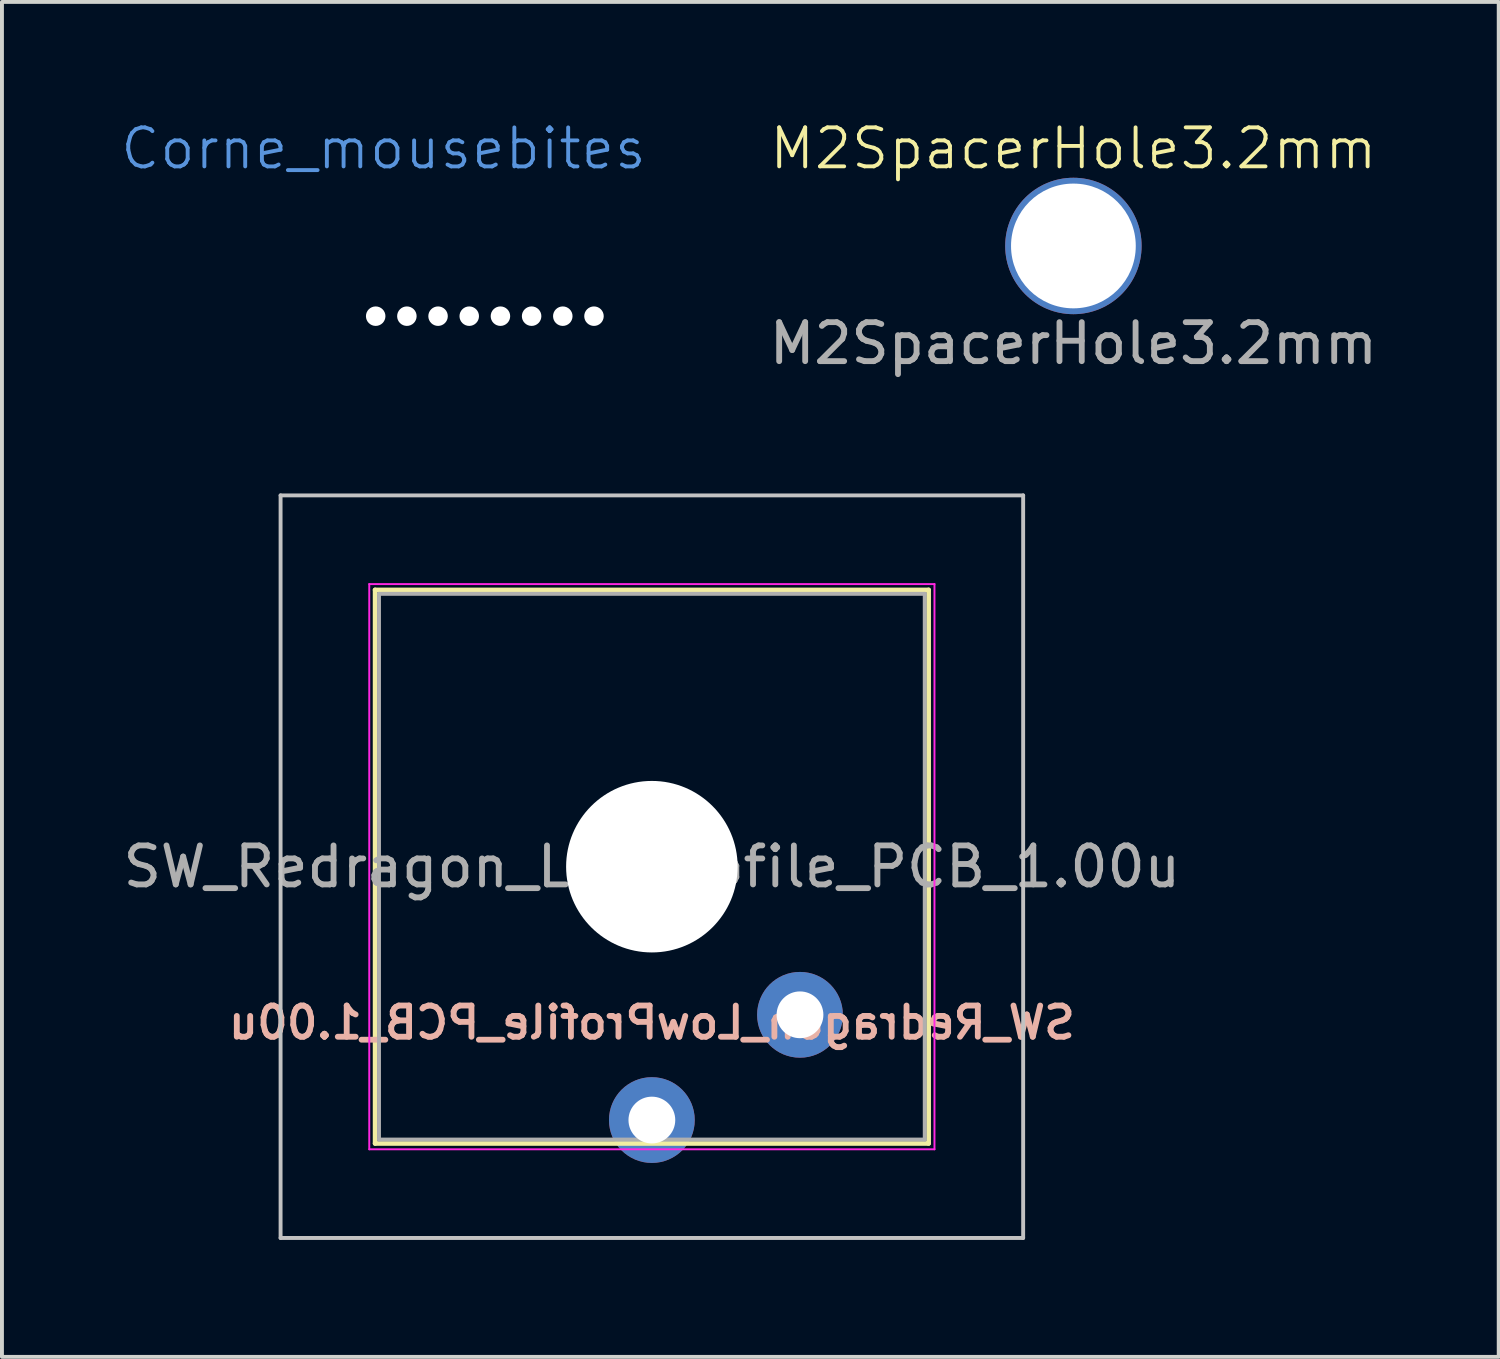
<source format=kicad_pcb>
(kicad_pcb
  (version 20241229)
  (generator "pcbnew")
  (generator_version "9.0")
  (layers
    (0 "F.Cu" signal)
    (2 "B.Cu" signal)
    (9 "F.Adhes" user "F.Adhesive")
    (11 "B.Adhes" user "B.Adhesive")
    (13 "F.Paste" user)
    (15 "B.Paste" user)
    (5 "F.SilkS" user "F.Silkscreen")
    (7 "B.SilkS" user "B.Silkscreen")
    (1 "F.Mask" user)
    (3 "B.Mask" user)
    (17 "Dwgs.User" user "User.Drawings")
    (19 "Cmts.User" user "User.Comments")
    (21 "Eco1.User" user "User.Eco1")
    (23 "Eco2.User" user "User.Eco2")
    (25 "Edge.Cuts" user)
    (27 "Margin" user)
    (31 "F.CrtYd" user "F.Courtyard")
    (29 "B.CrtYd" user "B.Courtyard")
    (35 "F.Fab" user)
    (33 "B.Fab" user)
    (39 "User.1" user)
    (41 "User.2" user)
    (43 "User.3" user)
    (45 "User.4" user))
  (footprint "M2SpacerHole3.2mm"
    (layer "F.Cu")
    (at 24.487 3.26)
    (property "Reference" "M2SpacerHole3.2mm" (at 0 -2.5 0) (unlocked yes) (layer "F.SilkS") (effects (font (size 1 1) (thickness 0.1))))
    (attr through_hole)
    (fp_text user "${REFERENCE}" (at 0 2.5 0) (unlocked yes) (layer "F.Fab") (effects (font (size 1 1) (thickness 0.15))))
    (pad "" np_thru_hole circle (at 0 0) (size 3.5 3.5) (drill 3.2) (layers "*.Cu" "*.Mask")))
  (footprint "SW_Redragon_LowProfile_PCB_1.00u"
    (layer "F.Cu")
    (at 13.673 19.184)
    (property "Reference" "SW_Redragon_LowProfile_PCB_1.00u" (at 0 4 0) (layer "B.SilkS") (effects (font (size 0.8 0.8) (thickness 0.15)) (justify mirror)))
    (attr through_hole)
    (fp_line (start -7.1 -7.1) (end -7.1 7.1) (stroke (width 0.12) (type solid)) (layer "F.SilkS"))
    (fp_line (start -7.1 7.1) (end 7.1 7.1) (stroke (width 0.12) (type solid)) (layer "F.SilkS"))
    (fp_line (start 7.1 -7.1) (end -7.1 -7.1) (stroke (width 0.12) (type solid)) (layer "F.SilkS"))
    (fp_line (start 7.1 7.1) (end 7.1 -7.1) (stroke (width 0.12) (type solid)) (layer "F.SilkS"))
    (fp_line (start -9.525 -9.525) (end -9.525 9.525) (stroke (width 0.1) (type solid)) (layer "Dwgs.User"))
    (fp_line (start -9.525 9.525) (end 9.525 9.525) (stroke (width 0.1) (type solid)) (layer "Dwgs.User"))
    (fp_line (start 9.525 -9.525) (end -9.525 -9.525) (stroke (width 0.1) (type solid)) (layer "Dwgs.User"))
    (fp_line (start 9.525 9.525) (end 9.525 -9.525) (stroke (width 0.1) (type solid)) (layer "Dwgs.User"))
    (fp_line (start -7 -7) (end -7 7) (stroke (width 0.1) (type solid)) (layer "Eco1.User"))
    (fp_line (start -7 7) (end 7 7) (stroke (width 0.1) (type solid)) (layer "Eco1.User"))
    (fp_line (start 7 -7) (end -7 -7) (stroke (width 0.1) (type solid)) (layer "Eco1.User"))
    (fp_line (start 7 7) (end 7 -7) (stroke (width 0.1) (type solid)) (layer "Eco1.User"))
    (fp_line (start -7.25 -7.25) (end -7.25 7.25) (stroke (width 0.05) (type solid)) (layer "F.CrtYd"))
    (fp_line (start -7.25 7.25) (end 7.25 7.25) (stroke (width 0.05) (type solid)) (layer "F.CrtYd"))
    (fp_line (start 7.25 -7.25) (end -7.25 -7.25) (stroke (width 0.05) (type solid)) (layer "F.CrtYd"))
    (fp_line (start 7.25 7.25) (end 7.25 -7.25) (stroke (width 0.05) (type solid)) (layer "F.CrtYd"))
    (fp_line (start -7 -7) (end -7 7) (stroke (width 0.1) (type solid)) (layer "F.Fab"))
    (fp_line (start -7 7) (end 7 7) (stroke (width 0.1) (type solid)) (layer "F.Fab"))
    (fp_line (start 7 -7) (end -7 -7) (stroke (width 0.1) (type solid)) (layer "F.Fab"))
    (fp_line (start 7 7) (end 7 -7) (stroke (width 0.1) (type solid)) (layer "F.Fab"))
    (fp_text user "${REFERENCE}" (at 0 0 0) (layer "F.Fab") (effects (font (size 1 1) (thickness 0.15))))
    (pad "" np_thru_hole circle (at 0 0) (size 4.4 4.4) (drill 4.4) (layers "*.Cu" "*.Mask"))
    (pad "1" thru_hole circle (at 3.8 3.8) (size 2.2 2.2) (drill 1.2) (layers "*.Cu" "B.Mask"))
    (pad "2" thru_hole circle (at 0 6.5) (size 2.2 2.2) (drill 1.2) (layers "*.Cu" "B.Mask")))
  (footprint "Corne_mousebites"
    (layer "F.Cu")
    (at 6.588 5.061)
    (property "Reference" "Corne_mousebites" (at 0.2 -4.3 0) (unlocked yes) (layer "Cmts.User") (effects (font (size 1 1) (thickness 0.1))))
    (attr through_hole)
    (pad "" np_thru_hole circle (at 0 0) (size 0.5 0.5) (drill 0.5) (layers "*.Cu" "*.Mask"))
    (pad "" np_thru_hole circle (at 0.8 0) (size 0.5 0.5) (drill 0.5) (layers "*.Cu" "*.Mask"))
    (pad "" np_thru_hole circle (at 1.6 0) (size 0.5 0.5) (drill 0.5) (layers "*.Cu" "*.Mask"))
    (pad "" np_thru_hole circle (at 2.4 0) (size 0.5 0.5) (drill 0.5) (layers "*.Cu" "*.Mask"))
    (pad "" np_thru_hole circle (at 3.2 0) (size 0.5 0.5) (drill 0.5) (layers "*.Cu" "*.Mask"))
    (pad "" np_thru_hole circle (at 4 0) (size 0.5 0.5) (drill 0.5) (layers "*.Cu" "*.Mask"))
    (pad "" np_thru_hole circle (at 4.8 0) (size 0.5 0.5) (drill 0.5) (layers "*.Cu" "*.Mask"))
    (pad "" np_thru_hole circle (at 5.6 0) (size 0.5 0.5) (drill 0.5) (layers "*.Cu" "*.Mask")))
  (gr_rect
    (start -3 -3)
    (end 35.398 31.759)
    (stroke (width 0.1) (type default))
    (fill no)
    (layer "Edge.Cuts")))
</source>
